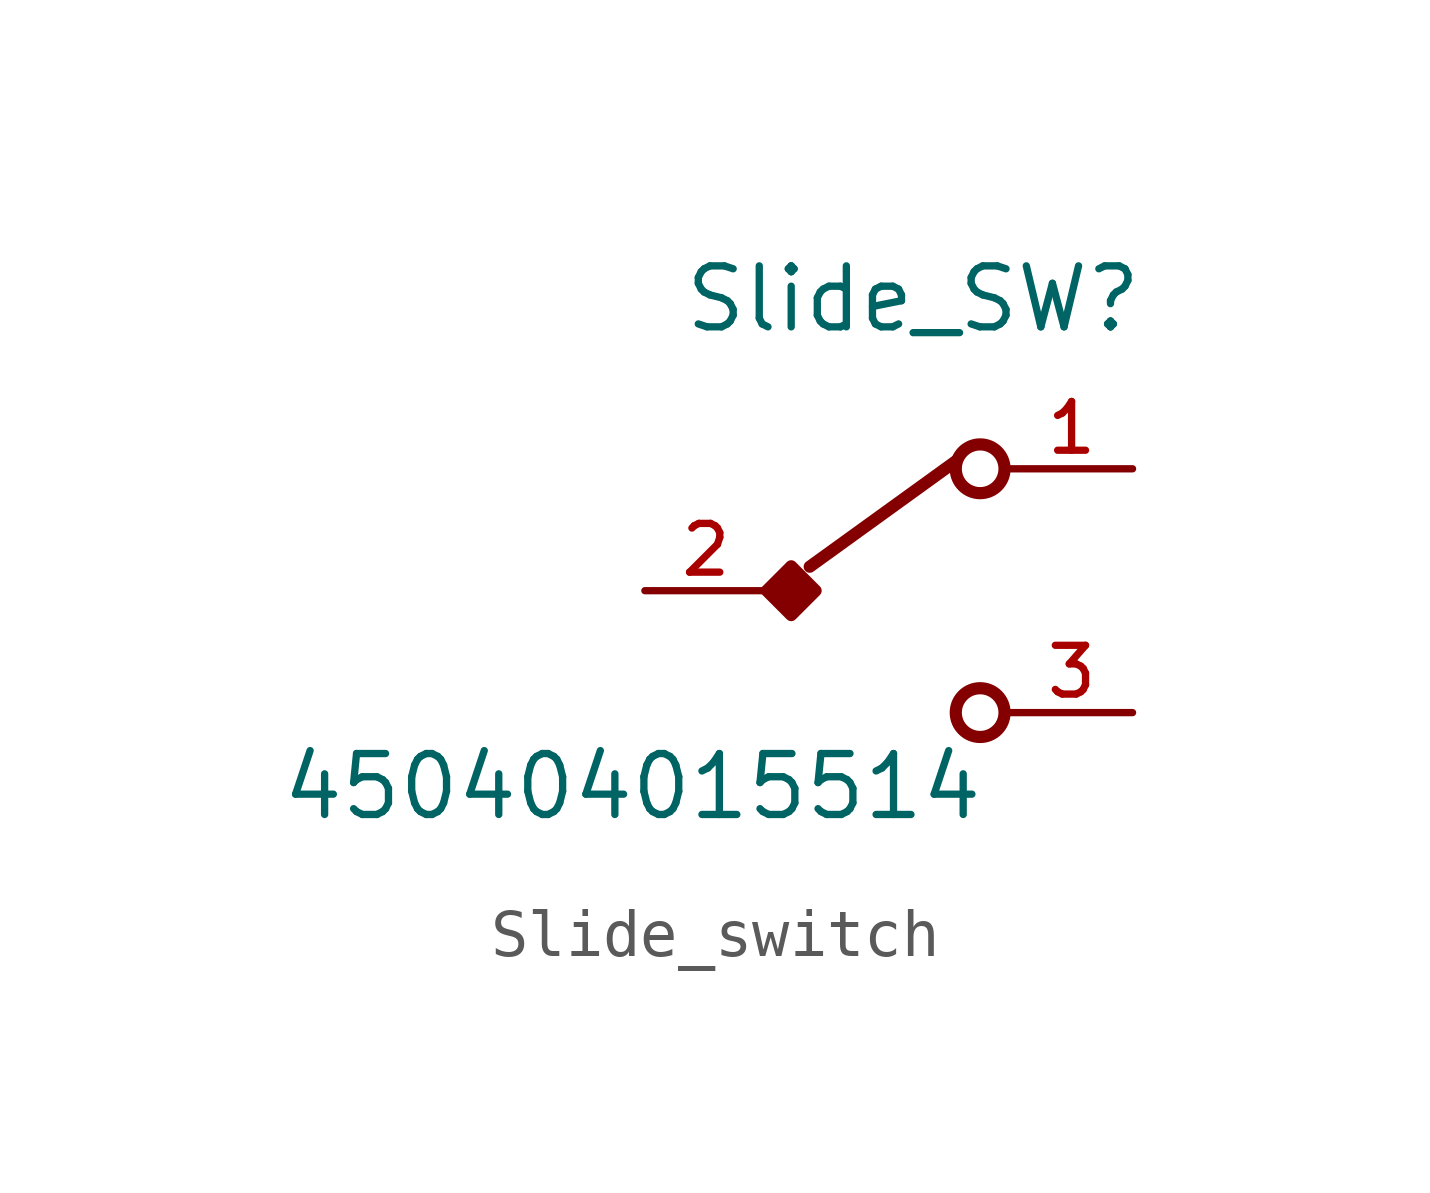
<source format=kicad_sym>
(kicad_symbol_lib
  (version 20241209)
  (generator "kicad_symbol_editor")
  (generator_version "9.0")
  (symbol "Slide_switch"
    (pin_names
      (offset 1.016))
    (property "Reference" "Slide_SW"
      (at 0.508 5.334 0)
      (effects (font (size 1.27 1.27)) (justify bottom)))
    (property "Value" "450404015514"
      (at -12.7 -4.826 0)
      (effects (font (size 1.27 1.27)) (justify left bottom)))
    (symbol "Slide_switch_0_0"
      (polyline (pts (xy -2.032 -0.508) (xy -2.54 0) (xy -2.032 0.508) (xy -1.524 0) (xy -2.032 -0.508)) (stroke (width 0.254) (type default)) (fill (type outline)))
      (polyline (pts (xy -1.646 0.5) (xy 1.4 2.7)) (stroke (width 0.254) (type default)) (fill (type none)))
      (circle (center 1.905 2.54) (radius 0.508) (stroke (width 0.254) (type default)) (fill (type none)))
      (circle (center 1.905 -2.54) (radius 0.508) (stroke (width 0.254) (type default)) (fill (type none)))
      (pin passive line (at -5.08 0 0) (length 2.54) (name "~" (effects (font (size 1.016 1.016)))) (number "2" (effects (font (size 1.016 1.016)))))
      (pin passive line (at 5.08 2.54 180) (length 2.54) (name "~" (effects (font (size 1.016 1.016)))) (number "1" (effects (font (size 1.016 1.016)))))
      (pin passive line (at 5.08 -2.54 180) (length 2.54) (name "~" (effects (font (size 1.016 1.016)))) (number "3" (effects (font (size 1.016 1.016))))))))
</source>
